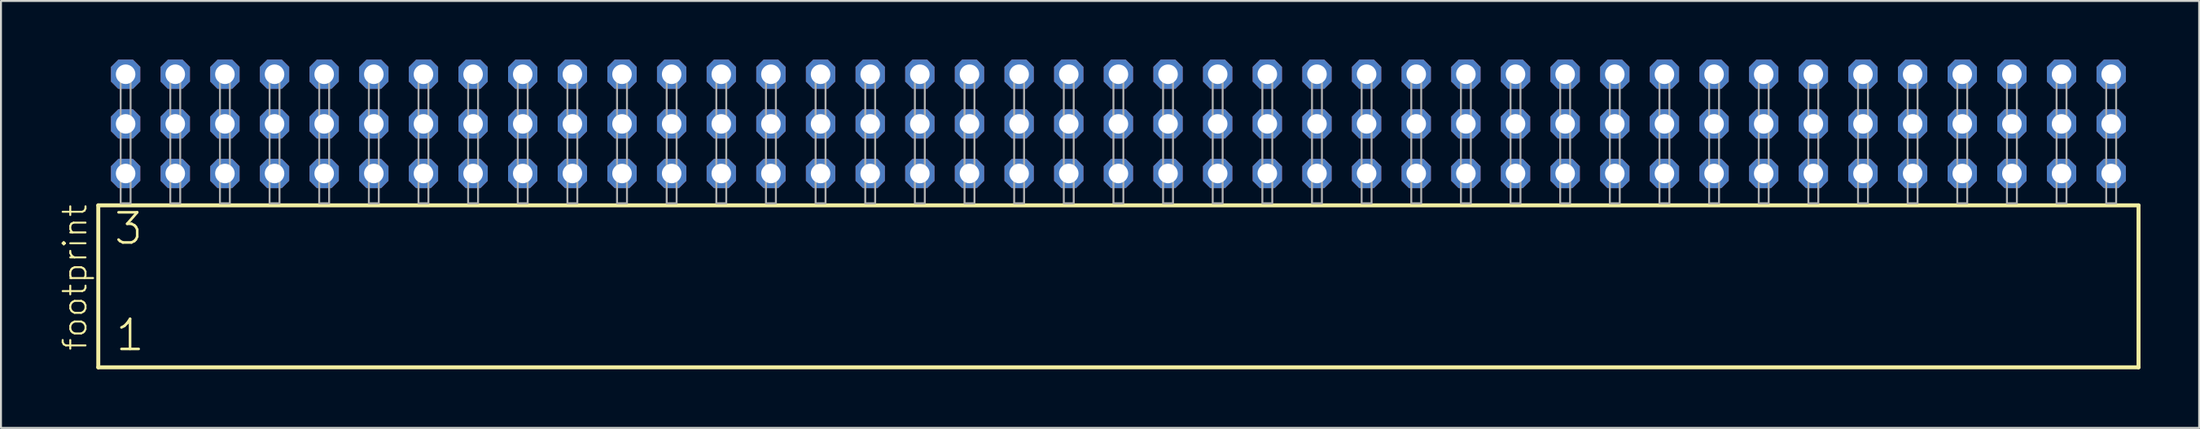
<source format=kicad_pcb>
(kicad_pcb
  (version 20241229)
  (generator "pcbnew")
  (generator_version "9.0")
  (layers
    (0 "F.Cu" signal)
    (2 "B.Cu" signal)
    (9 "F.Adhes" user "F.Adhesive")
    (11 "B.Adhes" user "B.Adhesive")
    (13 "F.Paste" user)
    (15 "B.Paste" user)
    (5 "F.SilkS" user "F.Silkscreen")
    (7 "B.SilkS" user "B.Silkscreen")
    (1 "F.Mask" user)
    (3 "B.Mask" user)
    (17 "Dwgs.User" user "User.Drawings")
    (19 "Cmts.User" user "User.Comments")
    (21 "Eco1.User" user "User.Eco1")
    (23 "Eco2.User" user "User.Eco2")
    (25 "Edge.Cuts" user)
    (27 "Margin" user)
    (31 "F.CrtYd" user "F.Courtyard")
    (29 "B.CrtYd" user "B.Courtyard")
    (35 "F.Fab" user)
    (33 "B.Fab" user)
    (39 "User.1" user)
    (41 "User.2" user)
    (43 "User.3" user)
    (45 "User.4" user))
  (footprint "footprint"
    (layer "F.Cu")
    (at 54.178 7.354)
    (property "Reference" "footprint" (at -52.705 7.62 90) (layer "F.SilkS") (effects (font (size 1.168 1.168) (thickness 0.102)) (justify left bottom)))
    (fp_line (start -52.199 0.106) (end -52.199 8.396) (stroke (width 0.203) (type solid)) (layer "F.SilkS"))
    (fp_line (start -52.199 8.396) (end 52.199 8.396) (stroke (width 0.203) (type solid)) (layer "F.SilkS"))
    (fp_line (start 52.199 0.106) (end -52.199 0.106) (stroke (width 0.203) (type solid)) (layer "F.SilkS"))
    (fp_line (start 52.199 8.396) (end 52.199 0.106) (stroke (width 0.203) (type solid)) (layer "F.SilkS"))
    (fp_poly (pts (xy -51.054 0) (xy -50.546 0) (xy -50.546 -6.858) (xy -51.054 -6.858)) (stroke (width 0.1) (type solid)) (fill no) (layer "F.Fab"))
    (fp_poly (pts (xy -48.514 0) (xy -48.006 0) (xy -48.006 -6.858) (xy -48.514 -6.858)) (stroke (width 0.1) (type solid)) (fill no) (layer "F.Fab"))
    (fp_poly (pts (xy -45.974 0) (xy -45.466 0) (xy -45.466 -6.858) (xy -45.974 -6.858)) (stroke (width 0.1) (type solid)) (fill no) (layer "F.Fab"))
    (fp_poly (pts (xy -43.434 0) (xy -42.926 0) (xy -42.926 -6.858) (xy -43.434 -6.858)) (stroke (width 0.1) (type solid)) (fill no) (layer "F.Fab"))
    (fp_poly (pts (xy -40.894 0) (xy -40.386 0) (xy -40.386 -6.858) (xy -40.894 -6.858)) (stroke (width 0.1) (type solid)) (fill no) (layer "F.Fab"))
    (fp_poly (pts (xy -38.354 0) (xy -37.846 0) (xy -37.846 -6.858) (xy -38.354 -6.858)) (stroke (width 0.1) (type solid)) (fill no) (layer "F.Fab"))
    (fp_poly (pts (xy -35.814 0) (xy -35.306 0) (xy -35.306 -6.858) (xy -35.814 -6.858)) (stroke (width 0.1) (type solid)) (fill no) (layer "F.Fab"))
    (fp_poly (pts (xy -33.274 0) (xy -32.766 0) (xy -32.766 -6.858) (xy -33.274 -6.858)) (stroke (width 0.1) (type solid)) (fill no) (layer "F.Fab"))
    (fp_poly (pts (xy -30.734 0) (xy -30.226 0) (xy -30.226 -6.858) (xy -30.734 -6.858)) (stroke (width 0.1) (type solid)) (fill no) (layer "F.Fab"))
    (fp_poly (pts (xy -28.194 0) (xy -27.686 0) (xy -27.686 -6.858) (xy -28.194 -6.858)) (stroke (width 0.1) (type solid)) (fill no) (layer "F.Fab"))
    (fp_poly (pts (xy -25.654 0) (xy -25.146 0) (xy -25.146 -6.858) (xy -25.654 -6.858)) (stroke (width 0.1) (type solid)) (fill no) (layer "F.Fab"))
    (fp_poly (pts (xy -23.114 0) (xy -22.606 0) (xy -22.606 -6.858) (xy -23.114 -6.858)) (stroke (width 0.1) (type solid)) (fill no) (layer "F.Fab"))
    (fp_poly (pts (xy -20.574 0) (xy -20.066 0) (xy -20.066 -6.858) (xy -20.574 -6.858)) (stroke (width 0.1) (type solid)) (fill no) (layer "F.Fab"))
    (fp_poly (pts (xy -18.034 0) (xy -17.526 0) (xy -17.526 -6.858) (xy -18.034 -6.858)) (stroke (width 0.1) (type solid)) (fill no) (layer "F.Fab"))
    (fp_poly (pts (xy -15.494 0) (xy -14.986 0) (xy -14.986 -6.858) (xy -15.494 -6.858)) (stroke (width 0.1) (type solid)) (fill no) (layer "F.Fab"))
    (fp_poly (pts (xy -12.954 0) (xy -12.446 0) (xy -12.446 -6.858) (xy -12.954 -6.858)) (stroke (width 0.1) (type solid)) (fill no) (layer "F.Fab"))
    (fp_poly (pts (xy -10.414 0) (xy -9.906 0) (xy -9.906 -6.858) (xy -10.414 -6.858)) (stroke (width 0.1) (type solid)) (fill no) (layer "F.Fab"))
    (fp_poly (pts (xy -7.874 0) (xy -7.366 0) (xy -7.366 -6.858) (xy -7.874 -6.858)) (stroke (width 0.1) (type solid)) (fill no) (layer "F.Fab"))
    (fp_poly (pts (xy -5.334 0) (xy -4.826 0) (xy -4.826 -6.858) (xy -5.334 -6.858)) (stroke (width 0.1) (type solid)) (fill no) (layer "F.Fab"))
    (fp_poly (pts (xy -2.794 0) (xy -2.286 0) (xy -2.286 -6.858) (xy -2.794 -6.858)) (stroke (width 0.1) (type solid)) (fill no) (layer "F.Fab"))
    (fp_poly (pts (xy -0.254 0) (xy 0.254 0) (xy 0.254 -6.858) (xy -0.254 -6.858)) (stroke (width 0.1) (type solid)) (fill no) (layer "F.Fab"))
    (fp_poly (pts (xy 2.286 0) (xy 2.794 0) (xy 2.794 -6.858) (xy 2.286 -6.858)) (stroke (width 0.1) (type solid)) (fill no) (layer "F.Fab"))
    (fp_poly (pts (xy 4.826 0) (xy 5.334 0) (xy 5.334 -6.858) (xy 4.826 -6.858)) (stroke (width 0.1) (type solid)) (fill no) (layer "F.Fab"))
    (fp_poly (pts (xy 7.366 0) (xy 7.874 0) (xy 7.874 -6.858) (xy 7.366 -6.858)) (stroke (width 0.1) (type solid)) (fill no) (layer "F.Fab"))
    (fp_poly (pts (xy 9.906 0) (xy 10.414 0) (xy 10.414 -6.858) (xy 9.906 -6.858)) (stroke (width 0.1) (type solid)) (fill no) (layer "F.Fab"))
    (fp_poly (pts (xy 12.446 0) (xy 12.954 0) (xy 12.954 -6.858) (xy 12.446 -6.858)) (stroke (width 0.1) (type solid)) (fill no) (layer "F.Fab"))
    (fp_poly (pts (xy 14.986 0) (xy 15.494 0) (xy 15.494 -6.858) (xy 14.986 -6.858)) (stroke (width 0.1) (type solid)) (fill no) (layer "F.Fab"))
    (fp_poly (pts (xy 17.526 0) (xy 18.034 0) (xy 18.034 -6.858) (xy 17.526 -6.858)) (stroke (width 0.1) (type solid)) (fill no) (layer "F.Fab"))
    (fp_poly (pts (xy 20.066 0) (xy 20.574 0) (xy 20.574 -6.858) (xy 20.066 -6.858)) (stroke (width 0.1) (type solid)) (fill no) (layer "F.Fab"))
    (fp_poly (pts (xy 22.606 0) (xy 23.114 0) (xy 23.114 -6.858) (xy 22.606 -6.858)) (stroke (width 0.1) (type solid)) (fill no) (layer "F.Fab"))
    (fp_poly (pts (xy 25.146 0) (xy 25.654 0) (xy 25.654 -6.858) (xy 25.146 -6.858)) (stroke (width 0.1) (type solid)) (fill no) (layer "F.Fab"))
    (fp_poly (pts (xy 27.686 0) (xy 28.194 0) (xy 28.194 -6.858) (xy 27.686 -6.858)) (stroke (width 0.1) (type solid)) (fill no) (layer "F.Fab"))
    (fp_poly (pts (xy 30.226 0) (xy 30.734 0) (xy 30.734 -6.858) (xy 30.226 -6.858)) (stroke (width 0.1) (type solid)) (fill no) (layer "F.Fab"))
    (fp_poly (pts (xy 32.766 0) (xy 33.274 0) (xy 33.274 -6.858) (xy 32.766 -6.858)) (stroke (width 0.1) (type solid)) (fill no) (layer "F.Fab"))
    (fp_poly (pts (xy 35.306 0) (xy 35.814 0) (xy 35.814 -6.858) (xy 35.306 -6.858)) (stroke (width 0.1) (type solid)) (fill no) (layer "F.Fab"))
    (fp_poly (pts (xy 37.846 0) (xy 38.354 0) (xy 38.354 -6.858) (xy 37.846 -6.858)) (stroke (width 0.1) (type solid)) (fill no) (layer "F.Fab"))
    (fp_poly (pts (xy 40.386 0) (xy 40.894 0) (xy 40.894 -6.858) (xy 40.386 -6.858)) (stroke (width 0.1) (type solid)) (fill no) (layer "F.Fab"))
    (fp_poly (pts (xy 42.926 0) (xy 43.434 0) (xy 43.434 -6.858) (xy 42.926 -6.858)) (stroke (width 0.1) (type solid)) (fill no) (layer "F.Fab"))
    (fp_poly (pts (xy 45.466 0) (xy 45.974 0) (xy 45.974 -6.858) (xy 45.466 -6.858)) (stroke (width 0.1) (type solid)) (fill no) (layer "F.Fab"))
    (fp_poly (pts (xy 48.006 0) (xy 48.514 0) (xy 48.514 -6.858) (xy 48.006 -6.858)) (stroke (width 0.1) (type solid)) (fill no) (layer "F.Fab"))
    (fp_poly (pts (xy 50.546 0) (xy 51.054 0) (xy 51.054 -6.858) (xy 50.546 -6.858)) (stroke (width 0.1) (type solid)) (fill no) (layer "F.Fab"))
    (fp_text user "3" (at -51.47 2.2 0) (layer "F.SilkS") (effects (font (size 1.542 1.542) (thickness 0.134)) (justify left bottom)))
    (fp_text user "1" (at -51.395 7.65 0) (layer "F.SilkS") (effects (font (size 1.542 1.542) (thickness 0.134)) (justify left bottom)))
    (pad "1" thru_hole roundrect (at -50.8 -1.524) (size 1.5 1.5) (drill 1) (layers "*.Cu" "*.Mask") (roundrect_rratio 0.25) (chamfer_ratio 0.25) (chamfer top_left top_right bottom_left bottom_right))
    (pad "2" thru_hole roundrect (at -50.8 -4.064) (size 1.5 1.5) (drill 1) (layers "*.Cu" "*.Mask") (roundrect_rratio 0.25) (chamfer_ratio 0.25) (chamfer top_left top_right bottom_left bottom_right))
    (pad "3" thru_hole roundrect (at -50.8 -6.604) (size 1.5 1.5) (drill 1) (layers "*.Cu" "*.Mask") (roundrect_rratio 0.25) (chamfer_ratio 0.25) (chamfer top_left top_right bottom_left bottom_right))
    (pad "4" thru_hole roundrect (at -48.26 -1.524) (size 1.5 1.5) (drill 1) (layers "*.Cu" "*.Mask") (roundrect_rratio 0.25) (chamfer_ratio 0.25) (chamfer top_left top_right bottom_left bottom_right))
    (pad "5" thru_hole roundrect (at -48.26 -4.064) (size 1.5 1.5) (drill 1) (layers "*.Cu" "*.Mask") (roundrect_rratio 0.25) (chamfer_ratio 0.25) (chamfer top_left top_right bottom_left bottom_right))
    (pad "6" thru_hole roundrect (at -48.26 -6.604) (size 1.5 1.5) (drill 1) (layers "*.Cu" "*.Mask") (roundrect_rratio 0.25) (chamfer_ratio 0.25) (chamfer top_left top_right bottom_left bottom_right))
    (pad "7" thru_hole roundrect (at -45.72 -1.524) (size 1.5 1.5) (drill 1) (layers "*.Cu" "*.Mask") (roundrect_rratio 0.25) (chamfer_ratio 0.25) (chamfer top_left top_right bottom_left bottom_right))
    (pad "8" thru_hole roundrect (at -45.72 -4.064) (size 1.5 1.5) (drill 1) (layers "*.Cu" "*.Mask") (roundrect_rratio 0.25) (chamfer_ratio 0.25) (chamfer top_left top_right bottom_left bottom_right))
    (pad "9" thru_hole roundrect (at -45.72 -6.604) (size 1.5 1.5) (drill 1) (layers "*.Cu" "*.Mask") (roundrect_rratio 0.25) (chamfer_ratio 0.25) (chamfer top_left top_right bottom_left bottom_right))
    (pad "10" thru_hole roundrect (at -43.18 -1.524) (size 1.5 1.5) (drill 1) (layers "*.Cu" "*.Mask") (roundrect_rratio 0.25) (chamfer_ratio 0.25) (chamfer top_left top_right bottom_left bottom_right))
    (pad "11" thru_hole roundrect (at -43.18 -4.064) (size 1.5 1.5) (drill 1) (layers "*.Cu" "*.Mask") (roundrect_rratio 0.25) (chamfer_ratio 0.25) (chamfer top_left top_right bottom_left bottom_right))
    (pad "12" thru_hole roundrect (at -43.18 -6.604) (size 1.5 1.5) (drill 1) (layers "*.Cu" "*.Mask") (roundrect_rratio 0.25) (chamfer_ratio 0.25) (chamfer top_left top_right bottom_left bottom_right))
    (pad "13" thru_hole roundrect (at -40.64 -1.524) (size 1.5 1.5) (drill 1) (layers "*.Cu" "*.Mask") (roundrect_rratio 0.25) (chamfer_ratio 0.25) (chamfer top_left top_right bottom_left bottom_right))
    (pad "14" thru_hole roundrect (at -40.64 -4.064) (size 1.5 1.5) (drill 1) (layers "*.Cu" "*.Mask") (roundrect_rratio 0.25) (chamfer_ratio 0.25) (chamfer top_left top_right bottom_left bottom_right))
    (pad "15" thru_hole roundrect (at -40.64 -6.604) (size 1.5 1.5) (drill 1) (layers "*.Cu" "*.Mask") (roundrect_rratio 0.25) (chamfer_ratio 0.25) (chamfer top_left top_right bottom_left bottom_right))
    (pad "16" thru_hole roundrect (at -38.1 -1.524) (size 1.5 1.5) (drill 1) (layers "*.Cu" "*.Mask") (roundrect_rratio 0.25) (chamfer_ratio 0.25) (chamfer top_left top_right bottom_left bottom_right))
    (pad "17" thru_hole roundrect (at -38.1 -4.064) (size 1.5 1.5) (drill 1) (layers "*.Cu" "*.Mask") (roundrect_rratio 0.25) (chamfer_ratio 0.25) (chamfer top_left top_right bottom_left bottom_right))
    (pad "18" thru_hole roundrect (at -38.1 -6.604) (size 1.5 1.5) (drill 1) (layers "*.Cu" "*.Mask") (roundrect_rratio 0.25) (chamfer_ratio 0.25) (chamfer top_left top_right bottom_left bottom_right))
    (pad "19" thru_hole roundrect (at -35.56 -1.524) (size 1.5 1.5) (drill 1) (layers "*.Cu" "*.Mask") (roundrect_rratio 0.25) (chamfer_ratio 0.25) (chamfer top_left top_right bottom_left bottom_right))
    (pad "20" thru_hole roundrect (at -35.56 -4.064) (size 1.5 1.5) (drill 1) (layers "*.Cu" "*.Mask") (roundrect_rratio 0.25) (chamfer_ratio 0.25) (chamfer top_left top_right bottom_left bottom_right))
    (pad "21" thru_hole roundrect (at -35.56 -6.604) (size 1.5 1.5) (drill 1) (layers "*.Cu" "*.Mask") (roundrect_rratio 0.25) (chamfer_ratio 0.25) (chamfer top_left top_right bottom_left bottom_right))
    (pad "22" thru_hole roundrect (at -33.02 -1.524) (size 1.5 1.5) (drill 1) (layers "*.Cu" "*.Mask") (roundrect_rratio 0.25) (chamfer_ratio 0.25) (chamfer top_left top_right bottom_left bottom_right))
    (pad "23" thru_hole roundrect (at -33.02 -4.064) (size 1.5 1.5) (drill 1) (layers "*.Cu" "*.Mask") (roundrect_rratio 0.25) (chamfer_ratio 0.25) (chamfer top_left top_right bottom_left bottom_right))
    (pad "24" thru_hole roundrect (at -33.02 -6.604) (size 1.5 1.5) (drill 1) (layers "*.Cu" "*.Mask") (roundrect_rratio 0.25) (chamfer_ratio 0.25) (chamfer top_left top_right bottom_left bottom_right))
    (pad "25" thru_hole roundrect (at -30.48 -1.524) (size 1.5 1.5) (drill 1) (layers "*.Cu" "*.Mask") (roundrect_rratio 0.25) (chamfer_ratio 0.25) (chamfer top_left top_right bottom_left bottom_right))
    (pad "26" thru_hole roundrect (at -30.48 -4.064) (size 1.5 1.5) (drill 1) (layers "*.Cu" "*.Mask") (roundrect_rratio 0.25) (chamfer_ratio 0.25) (chamfer top_left top_right bottom_left bottom_right))
    (pad "27" thru_hole roundrect (at -30.48 -6.604) (size 1.5 1.5) (drill 1) (layers "*.Cu" "*.Mask") (roundrect_rratio 0.25) (chamfer_ratio 0.25) (chamfer top_left top_right bottom_left bottom_right))
    (pad "28" thru_hole roundrect (at -27.94 -1.524) (size 1.5 1.5) (drill 1) (layers "*.Cu" "*.Mask") (roundrect_rratio 0.25) (chamfer_ratio 0.25) (chamfer top_left top_right bottom_left bottom_right))
    (pad "29" thru_hole roundrect (at -27.94 -4.064) (size 1.5 1.5) (drill 1) (layers "*.Cu" "*.Mask") (roundrect_rratio 0.25) (chamfer_ratio 0.25) (chamfer top_left top_right bottom_left bottom_right))
    (pad "30" thru_hole roundrect (at -27.94 -6.604) (size 1.5 1.5) (drill 1) (layers "*.Cu" "*.Mask") (roundrect_rratio 0.25) (chamfer_ratio 0.25) (chamfer top_left top_right bottom_left bottom_right))
    (pad "31" thru_hole roundrect (at -25.4 -1.524) (size 1.5 1.5) (drill 1) (layers "*.Cu" "*.Mask") (roundrect_rratio 0.25) (chamfer_ratio 0.25) (chamfer top_left top_right bottom_left bottom_right))
    (pad "32" thru_hole roundrect (at -25.4 -4.064) (size 1.5 1.5) (drill 1) (layers "*.Cu" "*.Mask") (roundrect_rratio 0.25) (chamfer_ratio 0.25) (chamfer top_left top_right bottom_left bottom_right))
    (pad "33" thru_hole roundrect (at -25.4 -6.604) (size 1.5 1.5) (drill 1) (layers "*.Cu" "*.Mask") (roundrect_rratio 0.25) (chamfer_ratio 0.25) (chamfer top_left top_right bottom_left bottom_right))
    (pad "34" thru_hole roundrect (at -22.86 -1.524) (size 1.5 1.5) (drill 1) (layers "*.Cu" "*.Mask") (roundrect_rratio 0.25) (chamfer_ratio 0.25) (chamfer top_left top_right bottom_left bottom_right))
    (pad "35" thru_hole roundrect (at -22.86 -4.064) (size 1.5 1.5) (drill 1) (layers "*.Cu" "*.Mask") (roundrect_rratio 0.25) (chamfer_ratio 0.25) (chamfer top_left top_right bottom_left bottom_right))
    (pad "36" thru_hole roundrect (at -22.86 -6.604) (size 1.5 1.5) (drill 1) (layers "*.Cu" "*.Mask") (roundrect_rratio 0.25) (chamfer_ratio 0.25) (chamfer top_left top_right bottom_left bottom_right))
    (pad "37" thru_hole roundrect (at -20.32 -1.524) (size 1.5 1.5) (drill 1) (layers "*.Cu" "*.Mask") (roundrect_rratio 0.25) (chamfer_ratio 0.25) (chamfer top_left top_right bottom_left bottom_right))
    (pad "38" thru_hole roundrect (at -20.32 -4.064) (size 1.5 1.5) (drill 1) (layers "*.Cu" "*.Mask") (roundrect_rratio 0.25) (chamfer_ratio 0.25) (chamfer top_left top_right bottom_left bottom_right))
    (pad "39" thru_hole roundrect (at -20.32 -6.604) (size 1.5 1.5) (drill 1) (layers "*.Cu" "*.Mask") (roundrect_rratio 0.25) (chamfer_ratio 0.25) (chamfer top_left top_right bottom_left bottom_right))
    (pad "40" thru_hole roundrect (at -17.78 -1.524) (size 1.5 1.5) (drill 1) (layers "*.Cu" "*.Mask") (roundrect_rratio 0.25) (chamfer_ratio 0.25) (chamfer top_left top_right bottom_left bottom_right))
    (pad "41" thru_hole roundrect (at -17.78 -4.064) (size 1.5 1.5) (drill 1) (layers "*.Cu" "*.Mask") (roundrect_rratio 0.25) (chamfer_ratio 0.25) (chamfer top_left top_right bottom_left bottom_right))
    (pad "42" thru_hole roundrect (at -17.78 -6.604) (size 1.5 1.5) (drill 1) (layers "*.Cu" "*.Mask") (roundrect_rratio 0.25) (chamfer_ratio 0.25) (chamfer top_left top_right bottom_left bottom_right))
    (pad "43" thru_hole roundrect (at -15.24 -1.524) (size 1.5 1.5) (drill 1) (layers "*.Cu" "*.Mask") (roundrect_rratio 0.25) (chamfer_ratio 0.25) (chamfer top_left top_right bottom_left bottom_right))
    (pad "44" thru_hole roundrect (at -15.24 -4.064) (size 1.5 1.5) (drill 1) (layers "*.Cu" "*.Mask") (roundrect_rratio 0.25) (chamfer_ratio 0.25) (chamfer top_left top_right bottom_left bottom_right))
    (pad "45" thru_hole roundrect (at -15.24 -6.604) (size 1.5 1.5) (drill 1) (layers "*.Cu" "*.Mask") (roundrect_rratio 0.25) (chamfer_ratio 0.25) (chamfer top_left top_right bottom_left bottom_right))
    (pad "46" thru_hole roundrect (at -12.7 -1.524) (size 1.5 1.5) (drill 1) (layers "*.Cu" "*.Mask") (roundrect_rratio 0.25) (chamfer_ratio 0.25) (chamfer top_left top_right bottom_left bottom_right))
    (pad "47" thru_hole roundrect (at -12.7 -4.064) (size 1.5 1.5) (drill 1) (layers "*.Cu" "*.Mask") (roundrect_rratio 0.25) (chamfer_ratio 0.25) (chamfer top_left top_right bottom_left bottom_right))
    (pad "48" thru_hole roundrect (at -12.7 -6.604) (size 1.5 1.5) (drill 1) (layers "*.Cu" "*.Mask") (roundrect_rratio 0.25) (chamfer_ratio 0.25) (chamfer top_left top_right bottom_left bottom_right))
    (pad "49" thru_hole roundrect (at -10.16 -1.524) (size 1.5 1.5) (drill 1) (layers "*.Cu" "*.Mask") (roundrect_rratio 0.25) (chamfer_ratio 0.25) (chamfer top_left top_right bottom_left bottom_right))
    (pad "50" thru_hole roundrect (at -10.16 -4.064) (size 1.5 1.5) (drill 1) (layers "*.Cu" "*.Mask") (roundrect_rratio 0.25) (chamfer_ratio 0.25) (chamfer top_left top_right bottom_left bottom_right))
    (pad "51" thru_hole roundrect (at -10.16 -6.604) (size 1.5 1.5) (drill 1) (layers "*.Cu" "*.Mask") (roundrect_rratio 0.25) (chamfer_ratio 0.25) (chamfer top_left top_right bottom_left bottom_right))
    (pad "52" thru_hole roundrect (at -7.62 -1.524) (size 1.5 1.5) (drill 1) (layers "*.Cu" "*.Mask") (roundrect_rratio 0.25) (chamfer_ratio 0.25) (chamfer top_left top_right bottom_left bottom_right))
    (pad "53" thru_hole roundrect (at -7.62 -4.064) (size 1.5 1.5) (drill 1) (layers "*.Cu" "*.Mask") (roundrect_rratio 0.25) (chamfer_ratio 0.25) (chamfer top_left top_right bottom_left bottom_right))
    (pad "54" thru_hole roundrect (at -7.62 -6.604) (size 1.5 1.5) (drill 1) (layers "*.Cu" "*.Mask") (roundrect_rratio 0.25) (chamfer_ratio 0.25) (chamfer top_left top_right bottom_left bottom_right))
    (pad "55" thru_hole roundrect (at -5.08 -1.524) (size 1.5 1.5) (drill 1) (layers "*.Cu" "*.Mask") (roundrect_rratio 0.25) (chamfer_ratio 0.25) (chamfer top_left top_right bottom_left bottom_right))
    (pad "56" thru_hole roundrect (at -5.08 -4.064) (size 1.5 1.5) (drill 1) (layers "*.Cu" "*.Mask") (roundrect_rratio 0.25) (chamfer_ratio 0.25) (chamfer top_left top_right bottom_left bottom_right))
    (pad "57" thru_hole roundrect (at -5.08 -6.604) (size 1.5 1.5) (drill 1) (layers "*.Cu" "*.Mask") (roundrect_rratio 0.25) (chamfer_ratio 0.25) (chamfer top_left top_right bottom_left bottom_right))
    (pad "58" thru_hole roundrect (at -2.54 -1.524) (size 1.5 1.5) (drill 1) (layers "*.Cu" "*.Mask") (roundrect_rratio 0.25) (chamfer_ratio 0.25) (chamfer top_left top_right bottom_left bottom_right))
    (pad "59" thru_hole roundrect (at -2.54 -4.064) (size 1.5 1.5) (drill 1) (layers "*.Cu" "*.Mask") (roundrect_rratio 0.25) (chamfer_ratio 0.25) (chamfer top_left top_right bottom_left bottom_right))
    (pad "60" thru_hole roundrect (at -2.54 -6.604) (size 1.5 1.5) (drill 1) (layers "*.Cu" "*.Mask") (roundrect_rratio 0.25) (chamfer_ratio 0.25) (chamfer top_left top_right bottom_left bottom_right))
    (pad "61" thru_hole roundrect (at 0 -1.524) (size 1.5 1.5) (drill 1) (layers "*.Cu" "*.Mask") (roundrect_rratio 0.25) (chamfer_ratio 0.25) (chamfer top_left top_right bottom_left bottom_right))
    (pad "62" thru_hole roundrect (at 0 -4.064) (size 1.5 1.5) (drill 1) (layers "*.Cu" "*.Mask") (roundrect_rratio 0.25) (chamfer_ratio 0.25) (chamfer top_left top_right bottom_left bottom_right))
    (pad "63" thru_hole roundrect (at 0 -6.604) (size 1.5 1.5) (drill 1) (layers "*.Cu" "*.Mask") (roundrect_rratio 0.25) (chamfer_ratio 0.25) (chamfer top_left top_right bottom_left bottom_right))
    (pad "64" thru_hole roundrect (at 2.54 -1.524) (size 1.5 1.5) (drill 1) (layers "*.Cu" "*.Mask") (roundrect_rratio 0.25) (chamfer_ratio 0.25) (chamfer top_left top_right bottom_left bottom_right))
    (pad "65" thru_hole roundrect (at 2.54 -4.064) (size 1.5 1.5) (drill 1) (layers "*.Cu" "*.Mask") (roundrect_rratio 0.25) (chamfer_ratio 0.25) (chamfer top_left top_right bottom_left bottom_right))
    (pad "66" thru_hole roundrect (at 2.54 -6.604) (size 1.5 1.5) (drill 1) (layers "*.Cu" "*.Mask") (roundrect_rratio 0.25) (chamfer_ratio 0.25) (chamfer top_left top_right bottom_left bottom_right))
    (pad "67" thru_hole roundrect (at 5.08 -1.524) (size 1.5 1.5) (drill 1) (layers "*.Cu" "*.Mask") (roundrect_rratio 0.25) (chamfer_ratio 0.25) (chamfer top_left top_right bottom_left bottom_right))
    (pad "68" thru_hole roundrect (at 5.08 -4.064) (size 1.5 1.5) (drill 1) (layers "*.Cu" "*.Mask") (roundrect_rratio 0.25) (chamfer_ratio 0.25) (chamfer top_left top_right bottom_left bottom_right))
    (pad "69" thru_hole roundrect (at 5.08 -6.604) (size 1.5 1.5) (drill 1) (layers "*.Cu" "*.Mask") (roundrect_rratio 0.25) (chamfer_ratio 0.25) (chamfer top_left top_right bottom_left bottom_right))
    (pad "70" thru_hole roundrect (at 7.62 -1.524) (size 1.5 1.5) (drill 1) (layers "*.Cu" "*.Mask") (roundrect_rratio 0.25) (chamfer_ratio 0.25) (chamfer top_left top_right bottom_left bottom_right))
    (pad "71" thru_hole roundrect (at 7.62 -4.064) (size 1.5 1.5) (drill 1) (layers "*.Cu" "*.Mask") (roundrect_rratio 0.25) (chamfer_ratio 0.25) (chamfer top_left top_right bottom_left bottom_right))
    (pad "72" thru_hole roundrect (at 7.62 -6.604) (size 1.5 1.5) (drill 1) (layers "*.Cu" "*.Mask") (roundrect_rratio 0.25) (chamfer_ratio 0.25) (chamfer top_left top_right bottom_left bottom_right))
    (pad "73" thru_hole roundrect (at 10.16 -1.524) (size 1.5 1.5) (drill 1) (layers "*.Cu" "*.Mask") (roundrect_rratio 0.25) (chamfer_ratio 0.25) (chamfer top_left top_right bottom_left bottom_right))
    (pad "74" thru_hole roundrect (at 10.16 -4.064) (size 1.5 1.5) (drill 1) (layers "*.Cu" "*.Mask") (roundrect_rratio 0.25) (chamfer_ratio 0.25) (chamfer top_left top_right bottom_left bottom_right))
    (pad "75" thru_hole roundrect (at 10.16 -6.604) (size 1.5 1.5) (drill 1) (layers "*.Cu" "*.Mask") (roundrect_rratio 0.25) (chamfer_ratio 0.25) (chamfer top_left top_right bottom_left bottom_right))
    (pad "76" thru_hole roundrect (at 12.7 -1.524) (size 1.5 1.5) (drill 1) (layers "*.Cu" "*.Mask") (roundrect_rratio 0.25) (chamfer_ratio 0.25) (chamfer top_left top_right bottom_left bottom_right))
    (pad "77" thru_hole roundrect (at 12.7 -4.064) (size 1.5 1.5) (drill 1) (layers "*.Cu" "*.Mask") (roundrect_rratio 0.25) (chamfer_ratio 0.25) (chamfer top_left top_right bottom_left bottom_right))
    (pad "78" thru_hole roundrect (at 12.7 -6.604) (size 1.5 1.5) (drill 1) (layers "*.Cu" "*.Mask") (roundrect_rratio 0.25) (chamfer_ratio 0.25) (chamfer top_left top_right bottom_left bottom_right))
    (pad "79" thru_hole roundrect (at 15.24 -1.524) (size 1.5 1.5) (drill 1) (layers "*.Cu" "*.Mask") (roundrect_rratio 0.25) (chamfer_ratio 0.25) (chamfer top_left top_right bottom_left bottom_right))
    (pad "80" thru_hole roundrect (at 15.24 -4.064) (size 1.5 1.5) (drill 1) (layers "*.Cu" "*.Mask") (roundrect_rratio 0.25) (chamfer_ratio 0.25) (chamfer top_left top_right bottom_left bottom_right))
    (pad "81" thru_hole roundrect (at 15.24 -6.604) (size 1.5 1.5) (drill 1) (layers "*.Cu" "*.Mask") (roundrect_rratio 0.25) (chamfer_ratio 0.25) (chamfer top_left top_right bottom_left bottom_right))
    (pad "82" thru_hole roundrect (at 17.78 -1.524) (size 1.5 1.5) (drill 1) (layers "*.Cu" "*.Mask") (roundrect_rratio 0.25) (chamfer_ratio 0.25) (chamfer top_left top_right bottom_left bottom_right))
    (pad "83" thru_hole roundrect (at 17.78 -4.064) (size 1.5 1.5) (drill 1) (layers "*.Cu" "*.Mask") (roundrect_rratio 0.25) (chamfer_ratio 0.25) (chamfer top_left top_right bottom_left bottom_right))
    (pad "84" thru_hole roundrect (at 17.78 -6.604) (size 1.5 1.5) (drill 1) (layers "*.Cu" "*.Mask") (roundrect_rratio 0.25) (chamfer_ratio 0.25) (chamfer top_left top_right bottom_left bottom_right))
    (pad "85" thru_hole roundrect (at 20.32 -1.524) (size 1.5 1.5) (drill 1) (layers "*.Cu" "*.Mask") (roundrect_rratio 0.25) (chamfer_ratio 0.25) (chamfer top_left top_right bottom_left bottom_right))
    (pad "86" thru_hole roundrect (at 20.32 -4.064) (size 1.5 1.5) (drill 1) (layers "*.Cu" "*.Mask") (roundrect_rratio 0.25) (chamfer_ratio 0.25) (chamfer top_left top_right bottom_left bottom_right))
    (pad "87" thru_hole roundrect (at 20.32 -6.604) (size 1.5 1.5) (drill 1) (layers "*.Cu" "*.Mask") (roundrect_rratio 0.25) (chamfer_ratio 0.25) (chamfer top_left top_right bottom_left bottom_right))
    (pad "88" thru_hole roundrect (at 22.86 -1.524) (size 1.5 1.5) (drill 1) (layers "*.Cu" "*.Mask") (roundrect_rratio 0.25) (chamfer_ratio 0.25) (chamfer top_left top_right bottom_left bottom_right))
    (pad "89" thru_hole roundrect (at 22.86 -4.064) (size 1.5 1.5) (drill 1) (layers "*.Cu" "*.Mask") (roundrect_rratio 0.25) (chamfer_ratio 0.25) (chamfer top_left top_right bottom_left bottom_right))
    (pad "90" thru_hole roundrect (at 22.86 -6.604) (size 1.5 1.5) (drill 1) (layers "*.Cu" "*.Mask") (roundrect_rratio 0.25) (chamfer_ratio 0.25) (chamfer top_left top_right bottom_left bottom_right))
    (pad "91" thru_hole roundrect (at 25.4 -1.524) (size 1.5 1.5) (drill 1) (layers "*.Cu" "*.Mask") (roundrect_rratio 0.25) (chamfer_ratio 0.25) (chamfer top_left top_right bottom_left bottom_right))
    (pad "92" thru_hole roundrect (at 25.4 -4.064) (size 1.5 1.5) (drill 1) (layers "*.Cu" "*.Mask") (roundrect_rratio 0.25) (chamfer_ratio 0.25) (chamfer top_left top_right bottom_left bottom_right))
    (pad "93" thru_hole roundrect (at 25.4 -6.604) (size 1.5 1.5) (drill 1) (layers "*.Cu" "*.Mask") (roundrect_rratio 0.25) (chamfer_ratio 0.25) (chamfer top_left top_right bottom_left bottom_right))
    (pad "94" thru_hole roundrect (at 27.94 -1.524) (size 1.5 1.5) (drill 1) (layers "*.Cu" "*.Mask") (roundrect_rratio 0.25) (chamfer_ratio 0.25) (chamfer top_left top_right bottom_left bottom_right))
    (pad "95" thru_hole roundrect (at 27.94 -4.064) (size 1.5 1.5) (drill 1) (layers "*.Cu" "*.Mask") (roundrect_rratio 0.25) (chamfer_ratio 0.25) (chamfer top_left top_right bottom_left bottom_right))
    (pad "96" thru_hole roundrect (at 27.94 -6.604) (size 1.5 1.5) (drill 1) (layers "*.Cu" "*.Mask") (roundrect_rratio 0.25) (chamfer_ratio 0.25) (chamfer top_left top_right bottom_left bottom_right))
    (pad "97" thru_hole roundrect (at 30.48 -1.524) (size 1.5 1.5) (drill 1) (layers "*.Cu" "*.Mask") (roundrect_rratio 0.25) (chamfer_ratio 0.25) (chamfer top_left top_right bottom_left bottom_right))
    (pad "98" thru_hole roundrect (at 30.48 -4.064) (size 1.5 1.5) (drill 1) (layers "*.Cu" "*.Mask") (roundrect_rratio 0.25) (chamfer_ratio 0.25) (chamfer top_left top_right bottom_left bottom_right))
    (pad "99" thru_hole roundrect (at 30.48 -6.604) (size 1.5 1.5) (drill 1) (layers "*.Cu" "*.Mask") (roundrect_rratio 0.25) (chamfer_ratio 0.25) (chamfer top_left top_right bottom_left bottom_right))
    (pad "100" thru_hole roundrect (at 33.02 -1.524) (size 1.5 1.5) (drill 1) (layers "*.Cu" "*.Mask") (roundrect_rratio 0.25) (chamfer_ratio 0.25) (chamfer top_left top_right bottom_left bottom_right))
    (pad "101" thru_hole roundrect (at 33.02 -4.064) (size 1.5 1.5) (drill 1) (layers "*.Cu" "*.Mask") (roundrect_rratio 0.25) (chamfer_ratio 0.25) (chamfer top_left top_right bottom_left bottom_right))
    (pad "102" thru_hole roundrect (at 33.02 -6.604) (size 1.5 1.5) (drill 1) (layers "*.Cu" "*.Mask") (roundrect_rratio 0.25) (chamfer_ratio 0.25) (chamfer top_left top_right bottom_left bottom_right))
    (pad "103" thru_hole roundrect (at 35.56 -1.524) (size 1.5 1.5) (drill 1) (layers "*.Cu" "*.Mask") (roundrect_rratio 0.25) (chamfer_ratio 0.25) (chamfer top_left top_right bottom_left bottom_right))
    (pad "104" thru_hole roundrect (at 35.56 -4.064) (size 1.5 1.5) (drill 1) (layers "*.Cu" "*.Mask") (roundrect_rratio 0.25) (chamfer_ratio 0.25) (chamfer top_left top_right bottom_left bottom_right))
    (pad "105" thru_hole roundrect (at 35.56 -6.604) (size 1.5 1.5) (drill 1) (layers "*.Cu" "*.Mask") (roundrect_rratio 0.25) (chamfer_ratio 0.25) (chamfer top_left top_right bottom_left bottom_right))
    (pad "106" thru_hole roundrect (at 38.1 -1.524) (size 1.5 1.5) (drill 1) (layers "*.Cu" "*.Mask") (roundrect_rratio 0.25) (chamfer_ratio 0.25) (chamfer top_left top_right bottom_left bottom_right))
    (pad "107" thru_hole roundrect (at 38.1 -4.064) (size 1.5 1.5) (drill 1) (layers "*.Cu" "*.Mask") (roundrect_rratio 0.25) (chamfer_ratio 0.25) (chamfer top_left top_right bottom_left bottom_right))
    (pad "108" thru_hole roundrect (at 38.1 -6.604) (size 1.5 1.5) (drill 1) (layers "*.Cu" "*.Mask") (roundrect_rratio 0.25) (chamfer_ratio 0.25) (chamfer top_left top_right bottom_left bottom_right))
    (pad "109" thru_hole roundrect (at 40.64 -1.524) (size 1.5 1.5) (drill 1) (layers "*.Cu" "*.Mask") (roundrect_rratio 0.25) (chamfer_ratio 0.25) (chamfer top_left top_right bottom_left bottom_right))
    (pad "110" thru_hole roundrect (at 40.64 -4.064) (size 1.5 1.5) (drill 1) (layers "*.Cu" "*.Mask") (roundrect_rratio 0.25) (chamfer_ratio 0.25) (chamfer top_left top_right bottom_left bottom_right))
    (pad "111" thru_hole roundrect (at 40.64 -6.604) (size 1.5 1.5) (drill 1) (layers "*.Cu" "*.Mask") (roundrect_rratio 0.25) (chamfer_ratio 0.25) (chamfer top_left top_right bottom_left bottom_right))
    (pad "112" thru_hole roundrect (at 43.18 -1.524) (size 1.5 1.5) (drill 1) (layers "*.Cu" "*.Mask") (roundrect_rratio 0.25) (chamfer_ratio 0.25) (chamfer top_left top_right bottom_left bottom_right))
    (pad "113" thru_hole roundrect (at 43.18 -4.064) (size 1.5 1.5) (drill 1) (layers "*.Cu" "*.Mask") (roundrect_rratio 0.25) (chamfer_ratio 0.25) (chamfer top_left top_right bottom_left bottom_right))
    (pad "114" thru_hole roundrect (at 43.18 -6.604) (size 1.5 1.5) (drill 1) (layers "*.Cu" "*.Mask") (roundrect_rratio 0.25) (chamfer_ratio 0.25) (chamfer top_left top_right bottom_left bottom_right))
    (pad "115" thru_hole roundrect (at 45.72 -1.524) (size 1.5 1.5) (drill 1) (layers "*.Cu" "*.Mask") (roundrect_rratio 0.25) (chamfer_ratio 0.25) (chamfer top_left top_right bottom_left bottom_right))
    (pad "116" thru_hole roundrect (at 45.72 -4.064) (size 1.5 1.5) (drill 1) (layers "*.Cu" "*.Mask") (roundrect_rratio 0.25) (chamfer_ratio 0.25) (chamfer top_left top_right bottom_left bottom_right))
    (pad "117" thru_hole roundrect (at 45.72 -6.604) (size 1.5 1.5) (drill 1) (layers "*.Cu" "*.Mask") (roundrect_rratio 0.25) (chamfer_ratio 0.25) (chamfer top_left top_right bottom_left bottom_right))
    (pad "118" thru_hole roundrect (at 48.26 -1.524) (size 1.5 1.5) (drill 1) (layers "*.Cu" "*.Mask") (roundrect_rratio 0.25) (chamfer_ratio 0.25) (chamfer top_left top_right bottom_left bottom_right))
    (pad "119" thru_hole roundrect (at 48.26 -4.064) (size 1.5 1.5) (drill 1) (layers "*.Cu" "*.Mask") (roundrect_rratio 0.25) (chamfer_ratio 0.25) (chamfer top_left top_right bottom_left bottom_right))
    (pad "120" thru_hole roundrect (at 48.26 -6.604) (size 1.5 1.5) (drill 1) (layers "*.Cu" "*.Mask") (roundrect_rratio 0.25) (chamfer_ratio 0.25) (chamfer top_left top_right bottom_left bottom_right))
    (pad "121" thru_hole roundrect (at 50.8 -1.524) (size 1.5 1.5) (drill 1) (layers "*.Cu" "*.Mask") (roundrect_rratio 0.25) (chamfer_ratio 0.25) (chamfer top_left top_right bottom_left bottom_right))
    (pad "122" thru_hole roundrect (at 50.8 -4.064) (size 1.5 1.5) (drill 1) (layers "*.Cu" "*.Mask") (roundrect_rratio 0.25) (chamfer_ratio 0.25) (chamfer top_left top_right bottom_left bottom_right))
    (pad "123" thru_hole roundrect (at 50.8 -6.604) (size 1.5 1.5) (drill 1) (layers "*.Cu" "*.Mask") (roundrect_rratio 0.25) (chamfer_ratio 0.25) (chamfer top_left top_right bottom_left bottom_right)))
  (gr_rect
    (start -3 -3)
    (end 109.479 18.852)
    (stroke (width 0.1) (type default))
    (fill no)
    (layer "Edge.Cuts")))
</source>
